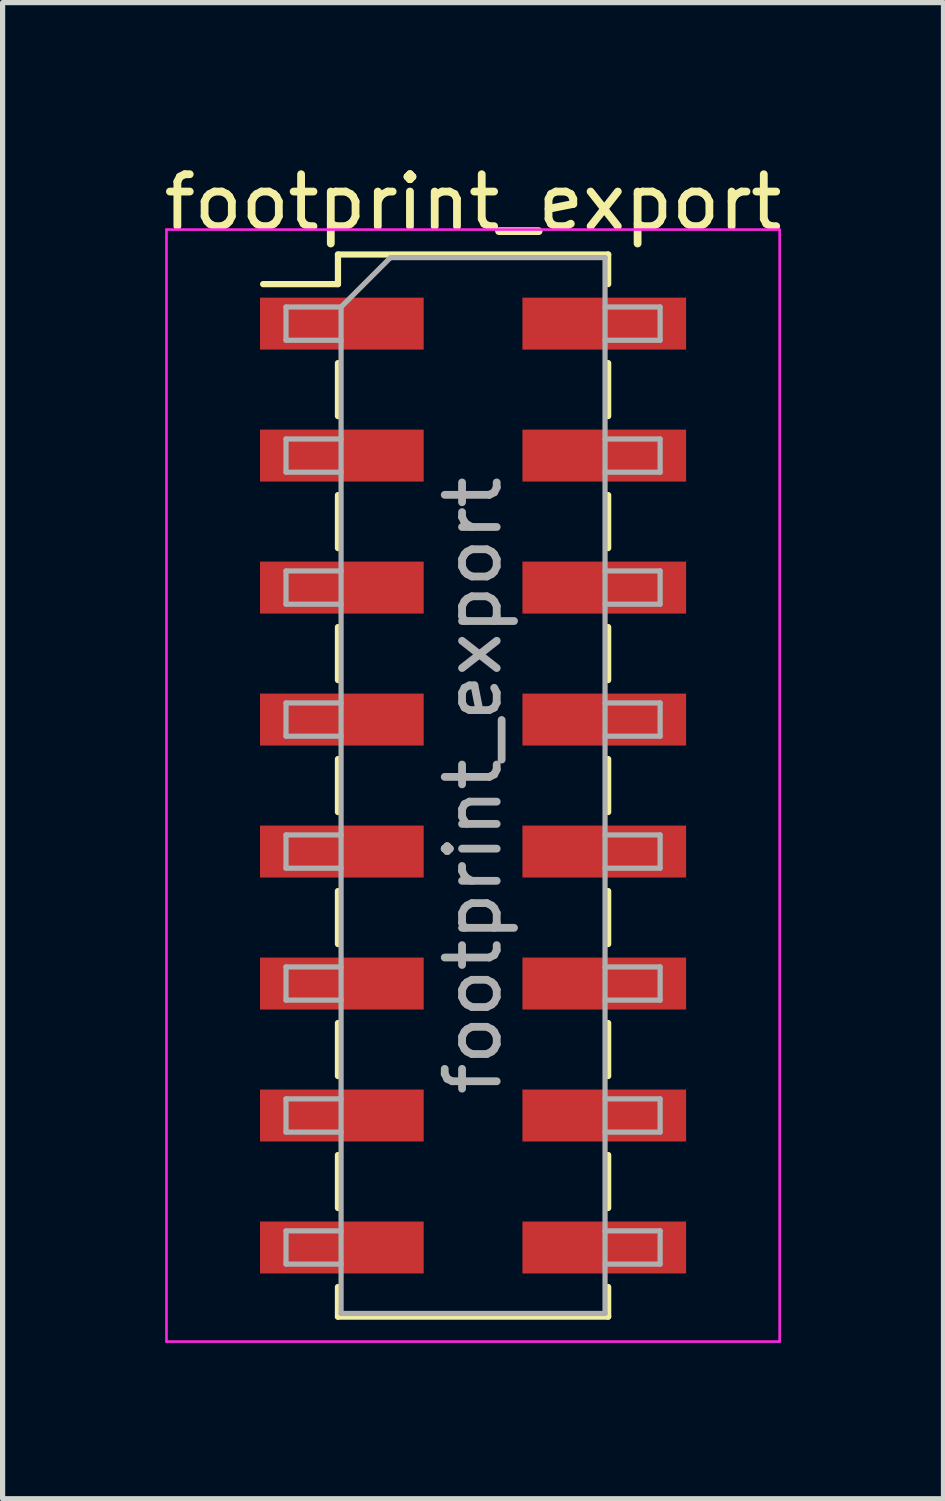
<source format=kicad_pcb>
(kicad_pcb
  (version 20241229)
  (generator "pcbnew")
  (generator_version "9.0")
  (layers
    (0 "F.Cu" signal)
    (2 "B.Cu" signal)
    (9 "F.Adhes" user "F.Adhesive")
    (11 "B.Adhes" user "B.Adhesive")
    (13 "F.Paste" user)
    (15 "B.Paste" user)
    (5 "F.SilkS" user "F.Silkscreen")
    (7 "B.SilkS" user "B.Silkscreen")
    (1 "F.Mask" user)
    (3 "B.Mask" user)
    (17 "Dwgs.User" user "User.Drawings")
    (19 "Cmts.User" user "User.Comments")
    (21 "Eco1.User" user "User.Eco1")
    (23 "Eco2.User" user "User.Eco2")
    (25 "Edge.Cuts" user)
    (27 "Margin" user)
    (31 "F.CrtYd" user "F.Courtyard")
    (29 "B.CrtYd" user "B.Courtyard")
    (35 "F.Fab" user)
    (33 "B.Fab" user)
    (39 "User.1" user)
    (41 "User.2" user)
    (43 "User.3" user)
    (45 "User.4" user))
  (footprint "footprint_export"
    (layer "F.Cu")
    (at 6.054 12.068)
    (property "Reference" "footprint_export" (at 0 -11.22 0) (layer "F.SilkS") (effects (font (size 1 1) (thickness 0.15))))
    (attr smd)
    (fp_line (start -4.04 -9.65) (end -2.6 -9.65) (stroke (width 0.12) (type solid)) (layer "F.SilkS"))
    (fp_line (start -2.6 -10.22) (end -2.6 -9.65) (stroke (width 0.12) (type solid)) (layer "F.SilkS"))
    (fp_line (start -2.6 -10.22) (end 2.6 -10.22) (stroke (width 0.12) (type solid)) (layer "F.SilkS"))
    (fp_line (start -2.6 -8.13) (end -2.6 -7.11) (stroke (width 0.12) (type solid)) (layer "F.SilkS"))
    (fp_line (start -2.6 -5.59) (end -2.6 -4.57) (stroke (width 0.12) (type solid)) (layer "F.SilkS"))
    (fp_line (start -2.6 -3.05) (end -2.6 -2.03) (stroke (width 0.12) (type solid)) (layer "F.SilkS"))
    (fp_line (start -2.6 -0.51) (end -2.6 0.51) (stroke (width 0.12) (type solid)) (layer "F.SilkS"))
    (fp_line (start -2.6 2.03) (end -2.6 3.05) (stroke (width 0.12) (type solid)) (layer "F.SilkS"))
    (fp_line (start -2.6 4.57) (end -2.6 5.59) (stroke (width 0.12) (type solid)) (layer "F.SilkS"))
    (fp_line (start -2.6 7.11) (end -2.6 8.13) (stroke (width 0.12) (type solid)) (layer "F.SilkS"))
    (fp_line (start -2.6 9.65) (end -2.6 10.22) (stroke (width 0.12) (type solid)) (layer "F.SilkS"))
    (fp_line (start -2.6 10.22) (end 2.6 10.22) (stroke (width 0.12) (type solid)) (layer "F.SilkS"))
    (fp_line (start 2.6 -10.22) (end 2.6 -9.65) (stroke (width 0.12) (type solid)) (layer "F.SilkS"))
    (fp_line (start 2.6 -8.13) (end 2.6 -7.11) (stroke (width 0.12) (type solid)) (layer "F.SilkS"))
    (fp_line (start 2.6 -5.59) (end 2.6 -4.57) (stroke (width 0.12) (type solid)) (layer "F.SilkS"))
    (fp_line (start 2.6 -3.05) (end 2.6 -2.03) (stroke (width 0.12) (type solid)) (layer "F.SilkS"))
    (fp_line (start 2.6 -0.51) (end 2.6 0.51) (stroke (width 0.12) (type solid)) (layer "F.SilkS"))
    (fp_line (start 2.6 2.03) (end 2.6 3.05) (stroke (width 0.12) (type solid)) (layer "F.SilkS"))
    (fp_line (start 2.6 4.57) (end 2.6 5.59) (stroke (width 0.12) (type solid)) (layer "F.SilkS"))
    (fp_line (start 2.6 7.11) (end 2.6 8.13) (stroke (width 0.12) (type solid)) (layer "F.SilkS"))
    (fp_line (start 2.6 9.65) (end 2.6 10.22) (stroke (width 0.12) (type solid)) (layer "F.SilkS"))
    (fp_line (start -5.9 -10.7) (end -5.9 10.7) (stroke (width 0.05) (type solid)) (layer "F.CrtYd"))
    (fp_line (start -5.9 10.7) (end 5.9 10.7) (stroke (width 0.05) (type solid)) (layer "F.CrtYd"))
    (fp_line (start 5.9 -10.7) (end -5.9 -10.7) (stroke (width 0.05) (type solid)) (layer "F.CrtYd"))
    (fp_line (start 5.9 10.7) (end 5.9 -10.7) (stroke (width 0.05) (type solid)) (layer "F.CrtYd"))
    (fp_line (start -3.6 -9.21) (end -3.6 -8.57) (stroke (width 0.1) (type solid)) (layer "F.Fab"))
    (fp_line (start -3.6 -8.57) (end -2.54 -8.57) (stroke (width 0.1) (type solid)) (layer "F.Fab"))
    (fp_line (start -3.6 -6.67) (end -3.6 -6.03) (stroke (width 0.1) (type solid)) (layer "F.Fab"))
    (fp_line (start -3.6 -6.03) (end -2.54 -6.03) (stroke (width 0.1) (type solid)) (layer "F.Fab"))
    (fp_line (start -3.6 -4.13) (end -3.6 -3.49) (stroke (width 0.1) (type solid)) (layer "F.Fab"))
    (fp_line (start -3.6 -3.49) (end -2.54 -3.49) (stroke (width 0.1) (type solid)) (layer "F.Fab"))
    (fp_line (start -3.6 -1.59) (end -3.6 -0.95) (stroke (width 0.1) (type solid)) (layer "F.Fab"))
    (fp_line (start -3.6 -0.95) (end -2.54 -0.95) (stroke (width 0.1) (type solid)) (layer "F.Fab"))
    (fp_line (start -3.6 0.95) (end -3.6 1.59) (stroke (width 0.1) (type solid)) (layer "F.Fab"))
    (fp_line (start -3.6 1.59) (end -2.54 1.59) (stroke (width 0.1) (type solid)) (layer "F.Fab"))
    (fp_line (start -3.6 3.49) (end -3.6 4.13) (stroke (width 0.1) (type solid)) (layer "F.Fab"))
    (fp_line (start -3.6 4.13) (end -2.54 4.13) (stroke (width 0.1) (type solid)) (layer "F.Fab"))
    (fp_line (start -3.6 6.03) (end -3.6 6.67) (stroke (width 0.1) (type solid)) (layer "F.Fab"))
    (fp_line (start -3.6 6.67) (end -2.54 6.67) (stroke (width 0.1) (type solid)) (layer "F.Fab"))
    (fp_line (start -3.6 8.57) (end -3.6 9.21) (stroke (width 0.1) (type solid)) (layer "F.Fab"))
    (fp_line (start -3.6 9.21) (end -2.54 9.21) (stroke (width 0.1) (type solid)) (layer "F.Fab"))
    (fp_line (start -2.54 -9.21) (end -3.6 -9.21) (stroke (width 0.1) (type solid)) (layer "F.Fab"))
    (fp_line (start -2.54 -9.21) (end -1.59 -10.16) (stroke (width 0.1) (type solid)) (layer "F.Fab"))
    (fp_line (start -2.54 -6.67) (end -3.6 -6.67) (stroke (width 0.1) (type solid)) (layer "F.Fab"))
    (fp_line (start -2.54 -4.13) (end -3.6 -4.13) (stroke (width 0.1) (type solid)) (layer "F.Fab"))
    (fp_line (start -2.54 -1.59) (end -3.6 -1.59) (stroke (width 0.1) (type solid)) (layer "F.Fab"))
    (fp_line (start -2.54 0.95) (end -3.6 0.95) (stroke (width 0.1) (type solid)) (layer "F.Fab"))
    (fp_line (start -2.54 3.49) (end -3.6 3.49) (stroke (width 0.1) (type solid)) (layer "F.Fab"))
    (fp_line (start -2.54 6.03) (end -3.6 6.03) (stroke (width 0.1) (type solid)) (layer "F.Fab"))
    (fp_line (start -2.54 8.57) (end -3.6 8.57) (stroke (width 0.1) (type solid)) (layer "F.Fab"))
    (fp_line (start -2.54 10.16) (end -2.54 -9.21) (stroke (width 0.1) (type solid)) (layer "F.Fab"))
    (fp_line (start -1.59 -10.16) (end 2.54 -10.16) (stroke (width 0.1) (type solid)) (layer "F.Fab"))
    (fp_line (start 2.54 -10.16) (end 2.54 10.16) (stroke (width 0.1) (type solid)) (layer "F.Fab"))
    (fp_line (start 2.54 -9.21) (end 3.6 -9.21) (stroke (width 0.1) (type solid)) (layer "F.Fab"))
    (fp_line (start 2.54 -6.67) (end 3.6 -6.67) (stroke (width 0.1) (type solid)) (layer "F.Fab"))
    (fp_line (start 2.54 -4.13) (end 3.6 -4.13) (stroke (width 0.1) (type solid)) (layer "F.Fab"))
    (fp_line (start 2.54 -1.59) (end 3.6 -1.59) (stroke (width 0.1) (type solid)) (layer "F.Fab"))
    (fp_line (start 2.54 0.95) (end 3.6 0.95) (stroke (width 0.1) (type solid)) (layer "F.Fab"))
    (fp_line (start 2.54 3.49) (end 3.6 3.49) (stroke (width 0.1) (type solid)) (layer "F.Fab"))
    (fp_line (start 2.54 6.03) (end 3.6 6.03) (stroke (width 0.1) (type solid)) (layer "F.Fab"))
    (fp_line (start 2.54 8.57) (end 3.6 8.57) (stroke (width 0.1) (type solid)) (layer "F.Fab"))
    (fp_line (start 2.54 10.16) (end -2.54 10.16) (stroke (width 0.1) (type solid)) (layer "F.Fab"))
    (fp_line (start 3.6 -9.21) (end 3.6 -8.57) (stroke (width 0.1) (type solid)) (layer "F.Fab"))
    (fp_line (start 3.6 -8.57) (end 2.54 -8.57) (stroke (width 0.1) (type solid)) (layer "F.Fab"))
    (fp_line (start 3.6 -6.67) (end 3.6 -6.03) (stroke (width 0.1) (type solid)) (layer "F.Fab"))
    (fp_line (start 3.6 -6.03) (end 2.54 -6.03) (stroke (width 0.1) (type solid)) (layer "F.Fab"))
    (fp_line (start 3.6 -4.13) (end 3.6 -3.49) (stroke (width 0.1) (type solid)) (layer "F.Fab"))
    (fp_line (start 3.6 -3.49) (end 2.54 -3.49) (stroke (width 0.1) (type solid)) (layer "F.Fab"))
    (fp_line (start 3.6 -1.59) (end 3.6 -0.95) (stroke (width 0.1) (type solid)) (layer "F.Fab"))
    (fp_line (start 3.6 -0.95) (end 2.54 -0.95) (stroke (width 0.1) (type solid)) (layer "F.Fab"))
    (fp_line (start 3.6 0.95) (end 3.6 1.59) (stroke (width 0.1) (type solid)) (layer "F.Fab"))
    (fp_line (start 3.6 1.59) (end 2.54 1.59) (stroke (width 0.1) (type solid)) (layer "F.Fab"))
    (fp_line (start 3.6 3.49) (end 3.6 4.13) (stroke (width 0.1) (type solid)) (layer "F.Fab"))
    (fp_line (start 3.6 4.13) (end 2.54 4.13) (stroke (width 0.1) (type solid)) (layer "F.Fab"))
    (fp_line (start 3.6 6.03) (end 3.6 6.67) (stroke (width 0.1) (type solid)) (layer "F.Fab"))
    (fp_line (start 3.6 6.67) (end 2.54 6.67) (stroke (width 0.1) (type solid)) (layer "F.Fab"))
    (fp_line (start 3.6 8.57) (end 3.6 9.21) (stroke (width 0.1) (type solid)) (layer "F.Fab"))
    (fp_line (start 3.6 9.21) (end 2.54 9.21) (stroke (width 0.1) (type solid)) (layer "F.Fab"))
    (fp_text user "${REFERENCE}" (at 0 0 90) (layer "F.Fab") (effects (font (size 1 1) (thickness 0.15))))
    (pad "1" smd rect (at -2.525 -8.89) (size 3.15 1) (layers "F.Cu" "F.Mask" "F.Paste"))
    (pad "2" smd rect (at 2.525 -8.89) (size 3.15 1) (layers "F.Cu" "F.Mask" "F.Paste"))
    (pad "3" smd rect (at -2.525 -6.35) (size 3.15 1) (layers "F.Cu" "F.Mask" "F.Paste"))
    (pad "4" smd rect (at 2.525 -6.35) (size 3.15 1) (layers "F.Cu" "F.Mask" "F.Paste"))
    (pad "5" smd rect (at -2.525 -3.81) (size 3.15 1) (layers "F.Cu" "F.Mask" "F.Paste"))
    (pad "6" smd rect (at 2.525 -3.81) (size 3.15 1) (layers "F.Cu" "F.Mask" "F.Paste"))
    (pad "7" smd rect (at -2.525 -1.27) (size 3.15 1) (layers "F.Cu" "F.Mask" "F.Paste"))
    (pad "8" smd rect (at 2.525 -1.27) (size 3.15 1) (layers "F.Cu" "F.Mask" "F.Paste"))
    (pad "9" smd rect (at -2.525 1.27) (size 3.15 1) (layers "F.Cu" "F.Mask" "F.Paste"))
    (pad "10" smd rect (at 2.525 1.27) (size 3.15 1) (layers "F.Cu" "F.Mask" "F.Paste"))
    (pad "11" smd rect (at -2.525 3.81) (size 3.15 1) (layers "F.Cu" "F.Mask" "F.Paste"))
    (pad "12" smd rect (at 2.525 3.81) (size 3.15 1) (layers "F.Cu" "F.Mask" "F.Paste"))
    (pad "13" smd rect (at -2.525 6.35) (size 3.15 1) (layers "F.Cu" "F.Mask" "F.Paste"))
    (pad "14" smd rect (at 2.525 6.35) (size 3.15 1) (layers "F.Cu" "F.Mask" "F.Paste"))
    (pad "15" smd rect (at -2.525 8.89) (size 3.15 1) (layers "F.Cu" "F.Mask" "F.Paste"))
    (pad "16" smd rect (at 2.525 8.89) (size 3.15 1) (layers "F.Cu" "F.Mask" "F.Paste")))
  (gr_rect
    (start -3 -3)
    (end 15.107 25.793)
    (stroke (width 0.1) (type default))
    (fill no)
    (layer "Edge.Cuts")))
</source>
